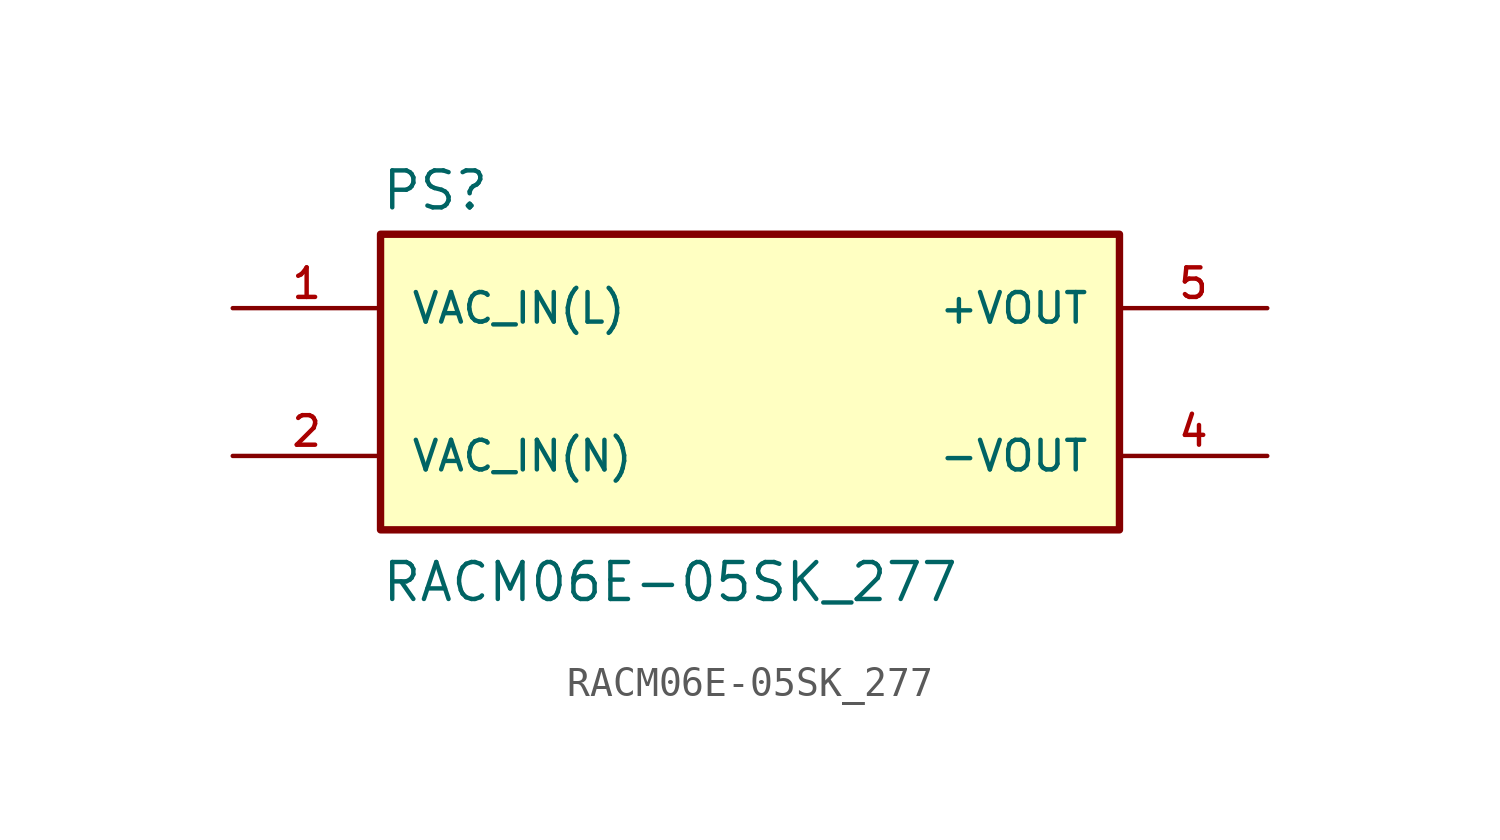
<source format=kicad_sym>
(kicad_symbol_lib
  (version 20211014)
  (generator kicad_symbol_editor)
  (symbol "RACM06E-05SK_277"
    (pin_names
      (offset 1.016))
    (property "Reference" "PS"
      (at -12.7 5.842 0)
      (effects (font (size 1.27 1.27)) (justify bottom left)))
    (property "Value" "RACM06E-05SK_277"
      (at -12.7 -7.62 0)
      (effects (font (size 1.27 1.27)) (justify bottom left)))
    (symbol "RACM06E-05SK_277_0_0"
      (rectangle (start -12.7 -5.08) (end 12.7 5.08) (stroke (width 0.254)) (fill (type background)))
      (pin input line (at -17.78 2.54 0) (length 5.08) (name "VAC_IN(L)" (effects (font (size 1.016 1.016)))) (number "1" (effects (font (size 1.016 1.016)))))
      (pin input line (at -17.78 -2.54 0) (length 5.08) (name "VAC_IN(N)" (effects (font (size 1.016 1.016)))) (number "2" (effects (font (size 1.016 1.016)))))
      (pin output line (at 17.78 2.54 180.0) (length 5.08) (name "+VOUT" (effects (font (size 1.016 1.016)))) (number "5" (effects (font (size 1.016 1.016)))))
      (pin output line (at 17.78 -2.54 180.0) (length 5.08) (name "-VOUT" (effects (font (size 1.016 1.016)))) (number "4" (effects (font (size 1.016 1.016))))))))
</source>
